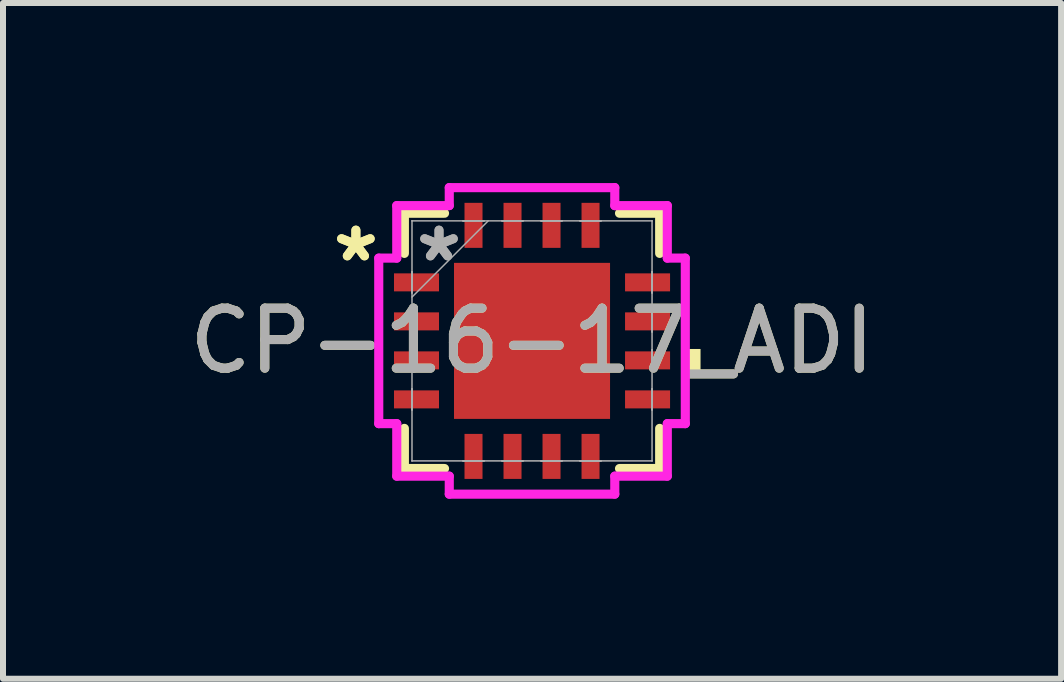
<source format=kicad_pcb>
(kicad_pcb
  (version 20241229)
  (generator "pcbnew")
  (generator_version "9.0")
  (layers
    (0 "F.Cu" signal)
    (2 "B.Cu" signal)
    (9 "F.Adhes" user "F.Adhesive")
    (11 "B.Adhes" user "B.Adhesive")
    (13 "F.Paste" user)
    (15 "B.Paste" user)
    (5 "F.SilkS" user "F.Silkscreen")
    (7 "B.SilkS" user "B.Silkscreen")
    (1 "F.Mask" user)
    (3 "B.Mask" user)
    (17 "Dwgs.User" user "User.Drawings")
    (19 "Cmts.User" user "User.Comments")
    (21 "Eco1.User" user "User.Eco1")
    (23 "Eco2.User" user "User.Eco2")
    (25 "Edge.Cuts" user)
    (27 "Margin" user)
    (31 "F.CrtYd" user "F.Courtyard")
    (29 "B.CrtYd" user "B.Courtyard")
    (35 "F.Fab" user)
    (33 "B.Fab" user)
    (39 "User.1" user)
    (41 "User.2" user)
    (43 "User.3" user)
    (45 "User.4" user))
  (footprint "CP-16-17_ADI"
    (layer "F.Cu")
    (at 5.815 2.63)
    (property "Reference" "CP-16-17_ADI" (at 0 0 0) (unlocked yes) (layer "F.SilkS") (effects (font (size 1 1) (thickness 0.15))))
    (attr smd)
    (fp_line (start -2.127 -2.127) (end -2.127 -1.458) (stroke (width 0.152) (type solid)) (layer "F.SilkS"))
    (fp_line (start -2.127 1.458) (end -2.127 2.127) (stroke (width 0.152) (type solid)) (layer "F.SilkS"))
    (fp_line (start -2.127 2.127) (end -1.458 2.127) (stroke (width 0.152) (type solid)) (layer "F.SilkS"))
    (fp_line (start -1.458 -2.127) (end -2.127 -2.127) (stroke (width 0.152) (type solid)) (layer "F.SilkS"))
    (fp_line (start 1.458 2.127) (end 2.127 2.127) (stroke (width 0.152) (type solid)) (layer "F.SilkS"))
    (fp_line (start 2.127 -2.127) (end 1.458 -2.127) (stroke (width 0.152) (type solid)) (layer "F.SilkS"))
    (fp_line (start 2.127 -1.458) (end 2.127 -2.127) (stroke (width 0.152) (type solid)) (layer "F.SilkS"))
    (fp_line (start 2.127 2.127) (end 2.127 1.458) (stroke (width 0.152) (type solid)) (layer "F.SilkS"))
    (fp_poly (pts (xy 2.808 0.135) (xy 2.808 0.516) (xy 2.554 0.516) (xy 2.554 0.135)) (stroke (width 0) (type solid)) (fill yes) (layer "F.SilkS"))
    (fp_poly (pts (xy -1.2 -1.2) (xy -1.2 -0.1) (xy -0.1 -0.1) (xy -0.1 -1.2)) (stroke (width 0) (type solid)) (fill yes) (layer "F.Paste"))
    (fp_poly (pts (xy -1.2 0.1) (xy -1.2 1.2) (xy -0.1 1.2) (xy -0.1 0.1)) (stroke (width 0) (type solid)) (fill yes) (layer "F.Paste"))
    (fp_poly (pts (xy 0.1 -1.2) (xy 0.1 -0.1) (xy 1.2 -0.1) (xy 1.2 -1.2)) (stroke (width 0) (type solid)) (fill yes) (layer "F.Paste"))
    (fp_poly (pts (xy 0.1 0.1) (xy 0.1 1.2) (xy 1.2 1.2) (xy 1.2 0.1)) (stroke (width 0) (type solid)) (fill yes) (layer "F.Paste"))
    (fp_line (start -2.554 -1.379) (end -2.254 -1.379) (stroke (width 0.152) (type solid)) (layer "F.CrtYd"))
    (fp_line (start -2.554 1.379) (end -2.554 -1.379) (stroke (width 0.152) (type solid)) (layer "F.CrtYd"))
    (fp_line (start -2.254 -2.254) (end -1.379 -2.254) (stroke (width 0.152) (type solid)) (layer "F.CrtYd"))
    (fp_line (start -2.254 -1.379) (end -2.254 -2.254) (stroke (width 0.152) (type solid)) (layer "F.CrtYd"))
    (fp_line (start -2.254 1.379) (end -2.554 1.379) (stroke (width 0.152) (type solid)) (layer "F.CrtYd"))
    (fp_line (start -2.254 2.254) (end -2.254 1.379) (stroke (width 0.152) (type solid)) (layer "F.CrtYd"))
    (fp_line (start -1.379 -2.554) (end 1.379 -2.554) (stroke (width 0.152) (type solid)) (layer "F.CrtYd"))
    (fp_line (start -1.379 -2.254) (end -1.379 -2.554) (stroke (width 0.152) (type solid)) (layer "F.CrtYd"))
    (fp_line (start -1.379 2.254) (end -2.254 2.254) (stroke (width 0.152) (type solid)) (layer "F.CrtYd"))
    (fp_line (start -1.379 2.554) (end -1.379 2.254) (stroke (width 0.152) (type solid)) (layer "F.CrtYd"))
    (fp_line (start 1.379 -2.554) (end 1.379 -2.254) (stroke (width 0.152) (type solid)) (layer "F.CrtYd"))
    (fp_line (start 1.379 -2.254) (end 2.254 -2.254) (stroke (width 0.152) (type solid)) (layer "F.CrtYd"))
    (fp_line (start 1.379 2.254) (end 1.379 2.554) (stroke (width 0.152) (type solid)) (layer "F.CrtYd"))
    (fp_line (start 1.379 2.554) (end -1.379 2.554) (stroke (width 0.152) (type solid)) (layer "F.CrtYd"))
    (fp_line (start 2.254 -2.254) (end 2.254 -1.379) (stroke (width 0.152) (type solid)) (layer "F.CrtYd"))
    (fp_line (start 2.254 -1.379) (end 2.554 -1.379) (stroke (width 0.152) (type solid)) (layer "F.CrtYd"))
    (fp_line (start 2.254 1.379) (end 2.254 2.254) (stroke (width 0.152) (type solid)) (layer "F.CrtYd"))
    (fp_line (start 2.254 2.254) (end 1.379 2.254) (stroke (width 0.152) (type solid)) (layer "F.CrtYd"))
    (fp_line (start 2.554 -1.379) (end 2.554 1.379) (stroke (width 0.152) (type solid)) (layer "F.CrtYd"))
    (fp_line (start 2.554 1.379) (end 2.254 1.379) (stroke (width 0.152) (type solid)) (layer "F.CrtYd"))
    (fp_line (start -2 -2) (end -2 -2) (stroke (width 0.025) (type solid)) (layer "F.Fab"))
    (fp_line (start -2 -2) (end -2 2) (stroke (width 0.025) (type solid)) (layer "F.Fab"))
    (fp_line (start -2 -1.15) (end -2 -1.15) (stroke (width 0.025) (type solid)) (layer "F.Fab"))
    (fp_line (start -2 -1.15) (end -2 -0.8) (stroke (width 0.025) (type solid)) (layer "F.Fab"))
    (fp_line (start -2 -0.8) (end -2 -1.15) (stroke (width 0.025) (type solid)) (layer "F.Fab"))
    (fp_line (start -2 -0.8) (end -2 -0.8) (stroke (width 0.025) (type solid)) (layer "F.Fab"))
    (fp_line (start -2 -0.73) (end -0.73 -2) (stroke (width 0.025) (type solid)) (layer "F.Fab"))
    (fp_line (start -2 -0.5) (end -2 -0.5) (stroke (width 0.025) (type solid)) (layer "F.Fab"))
    (fp_line (start -2 -0.5) (end -2 -0.15) (stroke (width 0.025) (type solid)) (layer "F.Fab"))
    (fp_line (start -2 -0.15) (end -2 -0.5) (stroke (width 0.025) (type solid)) (layer "F.Fab"))
    (fp_line (start -2 -0.15) (end -2 -0.15) (stroke (width 0.025) (type solid)) (layer "F.Fab"))
    (fp_line (start -2 0.15) (end -2 0.15) (stroke (width 0.025) (type solid)) (layer "F.Fab"))
    (fp_line (start -2 0.15) (end -2 0.5) (stroke (width 0.025) (type solid)) (layer "F.Fab"))
    (fp_line (start -2 0.5) (end -2 0.15) (stroke (width 0.025) (type solid)) (layer "F.Fab"))
    (fp_line (start -2 0.5) (end -2 0.5) (stroke (width 0.025) (type solid)) (layer "F.Fab"))
    (fp_line (start -2 0.8) (end -2 0.8) (stroke (width 0.025) (type solid)) (layer "F.Fab"))
    (fp_line (start -2 0.8) (end -2 1.15) (stroke (width 0.025) (type solid)) (layer "F.Fab"))
    (fp_line (start -2 1.15) (end -2 0.8) (stroke (width 0.025) (type solid)) (layer "F.Fab"))
    (fp_line (start -2 1.15) (end -2 1.15) (stroke (width 0.025) (type solid)) (layer "F.Fab"))
    (fp_line (start -2 2) (end -2 2) (stroke (width 0.025) (type solid)) (layer "F.Fab"))
    (fp_line (start -2 2) (end 2 2) (stroke (width 0.025) (type solid)) (layer "F.Fab"))
    (fp_line (start -1.15 -2) (end -1.15 -2) (stroke (width 0.025) (type solid)) (layer "F.Fab"))
    (fp_line (start -1.15 -2) (end -0.8 -2) (stroke (width 0.025) (type solid)) (layer "F.Fab"))
    (fp_line (start -1.15 2) (end -1.15 2) (stroke (width 0.025) (type solid)) (layer "F.Fab"))
    (fp_line (start -1.15 2) (end -0.8 2) (stroke (width 0.025) (type solid)) (layer "F.Fab"))
    (fp_line (start -0.8 -2) (end -1.15 -2) (stroke (width 0.025) (type solid)) (layer "F.Fab"))
    (fp_line (start -0.8 -2) (end -0.8 -2) (stroke (width 0.025) (type solid)) (layer "F.Fab"))
    (fp_line (start -0.8 2) (end -1.15 2) (stroke (width 0.025) (type solid)) (layer "F.Fab"))
    (fp_line (start -0.8 2) (end -0.8 2) (stroke (width 0.025) (type solid)) (layer "F.Fab"))
    (fp_line (start -0.5 -2) (end -0.5 -2) (stroke (width 0.025) (type solid)) (layer "F.Fab"))
    (fp_line (start -0.5 -2) (end -0.15 -2) (stroke (width 0.025) (type solid)) (layer "F.Fab"))
    (fp_line (start -0.5 2) (end -0.5 2) (stroke (width 0.025) (type solid)) (layer "F.Fab"))
    (fp_line (start -0.5 2) (end -0.15 2) (stroke (width 0.025) (type solid)) (layer "F.Fab"))
    (fp_line (start -0.15 -2) (end -0.5 -2) (stroke (width 0.025) (type solid)) (layer "F.Fab"))
    (fp_line (start -0.15 -2) (end -0.15 -2) (stroke (width 0.025) (type solid)) (layer "F.Fab"))
    (fp_line (start -0.15 2) (end -0.5 2) (stroke (width 0.025) (type solid)) (layer "F.Fab"))
    (fp_line (start -0.15 2) (end -0.15 2) (stroke (width 0.025) (type solid)) (layer "F.Fab"))
    (fp_line (start 0.15 -2) (end 0.15 -2) (stroke (width 0.025) (type solid)) (layer "F.Fab"))
    (fp_line (start 0.15 -2) (end 0.5 -2) (stroke (width 0.025) (type solid)) (layer "F.Fab"))
    (fp_line (start 0.15 2) (end 0.15 2) (stroke (width 0.025) (type solid)) (layer "F.Fab"))
    (fp_line (start 0.15 2) (end 0.5 2) (stroke (width 0.025) (type solid)) (layer "F.Fab"))
    (fp_line (start 0.5 -2) (end 0.15 -2) (stroke (width 0.025) (type solid)) (layer "F.Fab"))
    (fp_line (start 0.5 -2) (end 0.5 -2) (stroke (width 0.025) (type solid)) (layer "F.Fab"))
    (fp_line (start 0.5 2) (end 0.15 2) (stroke (width 0.025) (type solid)) (layer "F.Fab"))
    (fp_line (start 0.5 2) (end 0.5 2) (stroke (width 0.025) (type solid)) (layer "F.Fab"))
    (fp_line (start 0.8 -2) (end 0.8 -2) (stroke (width 0.025) (type solid)) (layer "F.Fab"))
    (fp_line (start 0.8 -2) (end 1.15 -2) (stroke (width 0.025) (type solid)) (layer "F.Fab"))
    (fp_line (start 0.8 2) (end 0.8 2) (stroke (width 0.025) (type solid)) (layer "F.Fab"))
    (fp_line (start 0.8 2) (end 1.15 2) (stroke (width 0.025) (type solid)) (layer "F.Fab"))
    (fp_line (start 1.15 -2) (end 0.8 -2) (stroke (width 0.025) (type solid)) (layer "F.Fab"))
    (fp_line (start 1.15 -2) (end 1.15 -2) (stroke (width 0.025) (type solid)) (layer "F.Fab"))
    (fp_line (start 1.15 2) (end 0.8 2) (stroke (width 0.025) (type solid)) (layer "F.Fab"))
    (fp_line (start 1.15 2) (end 1.15 2) (stroke (width 0.025) (type solid)) (layer "F.Fab"))
    (fp_line (start 2 -2) (end -2 -2) (stroke (width 0.025) (type solid)) (layer "F.Fab"))
    (fp_line (start 2 -2) (end 2 -2) (stroke (width 0.025) (type solid)) (layer "F.Fab"))
    (fp_line (start 2 -1.15) (end 2 -1.15) (stroke (width 0.025) (type solid)) (layer "F.Fab"))
    (fp_line (start 2 -1.15) (end 2 -0.8) (stroke (width 0.025) (type solid)) (layer "F.Fab"))
    (fp_line (start 2 -0.8) (end 2 -1.15) (stroke (width 0.025) (type solid)) (layer "F.Fab"))
    (fp_line (start 2 -0.8) (end 2 -0.8) (stroke (width 0.025) (type solid)) (layer "F.Fab"))
    (fp_line (start 2 -0.5) (end 2 -0.5) (stroke (width 0.025) (type solid)) (layer "F.Fab"))
    (fp_line (start 2 -0.5) (end 2 -0.15) (stroke (width 0.025) (type solid)) (layer "F.Fab"))
    (fp_line (start 2 -0.15) (end 2 -0.5) (stroke (width 0.025) (type solid)) (layer "F.Fab"))
    (fp_line (start 2 -0.15) (end 2 -0.15) (stroke (width 0.025) (type solid)) (layer "F.Fab"))
    (fp_line (start 2 0.15) (end 2 0.15) (stroke (width 0.025) (type solid)) (layer "F.Fab"))
    (fp_line (start 2 0.15) (end 2 0.5) (stroke (width 0.025) (type solid)) (layer "F.Fab"))
    (fp_line (start 2 0.5) (end 2 0.15) (stroke (width 0.025) (type solid)) (layer "F.Fab"))
    (fp_line (start 2 0.5) (end 2 0.5) (stroke (width 0.025) (type solid)) (layer "F.Fab"))
    (fp_line (start 2 0.8) (end 2 0.8) (stroke (width 0.025) (type solid)) (layer "F.Fab"))
    (fp_line (start 2 0.8) (end 2 1.15) (stroke (width 0.025) (type solid)) (layer "F.Fab"))
    (fp_line (start 2 1.15) (end 2 0.8) (stroke (width 0.025) (type solid)) (layer "F.Fab"))
    (fp_line (start 2 1.15) (end 2 1.15) (stroke (width 0.025) (type solid)) (layer "F.Fab"))
    (fp_line (start 2 2) (end 2 -2) (stroke (width 0.025) (type solid)) (layer "F.Fab"))
    (fp_line (start 2 2) (end 2 2) (stroke (width 0.025) (type solid)) (layer "F.Fab"))
    (fp_text user "*" (at -2.935 -1.3 0) (unlocked yes) (layer "F.SilkS") (effects (font (size 1 1) (thickness 0.15))))
    (fp_text user "*" (at -2.935 -1.3 0) (layer "F.SilkS") (effects (font (size 1 1) (thickness 0.15))))
    (fp_text user "${REFERENCE}" (at 0 0 0) (unlocked yes) (layer "F.Fab") (effects (font (size 1 1) (thickness 0.15))))
    (fp_text user "*" (at -1.55 -1.3 0) (layer "F.Fab") (effects (font (size 1 1) (thickness 0.15))))
    (fp_text user "*" (at -1.55 -1.3 0) (unlocked yes) (layer "F.Fab") (effects (font (size 1 1) (thickness 0.15))))
    (pad "1" smd rect (at -1.925 -0.975 90) (size 0.3 0.75) (layers "F.Cu" "F.Mask" "F.Paste"))
    (pad "2" smd rect (at -1.925 -0.325 90) (size 0.3 0.75) (layers "F.Cu" "F.Mask" "F.Paste"))
    (pad "3" smd rect (at -1.925 0.325 90) (size 0.3 0.75) (layers "F.Cu" "F.Mask" "F.Paste"))
    (pad "4" smd rect (at -1.925 0.975 90) (size 0.3 0.75) (layers "F.Cu" "F.Mask" "F.Paste"))
    (pad "5" smd rect (at -0.975 1.925) (size 0.3 0.75) (layers "F.Cu" "F.Mask" "F.Paste"))
    (pad "6" smd rect (at -0.325 1.925) (size 0.3 0.75) (layers "F.Cu" "F.Mask" "F.Paste"))
    (pad "7" smd rect (at 0.325 1.925) (size 0.3 0.75) (layers "F.Cu" "F.Mask" "F.Paste"))
    (pad "8" smd rect (at 0.975 1.925) (size 0.3 0.75) (layers "F.Cu" "F.Mask" "F.Paste"))
    (pad "9" smd rect (at 1.925 0.975 90) (size 0.3 0.75) (layers "F.Cu" "F.Mask" "F.Paste"))
    (pad "10" smd rect (at 1.925 0.325 90) (size 0.3 0.75) (layers "F.Cu" "F.Mask" "F.Paste"))
    (pad "11" smd rect (at 1.925 -0.325 90) (size 0.3 0.75) (layers "F.Cu" "F.Mask" "F.Paste"))
    (pad "12" smd rect (at 1.925 -0.975 90) (size 0.3 0.75) (layers "F.Cu" "F.Mask" "F.Paste"))
    (pad "13" smd rect (at 0.975 -1.925) (size 0.3 0.75) (layers "F.Cu" "F.Mask" "F.Paste"))
    (pad "14" smd rect (at 0.325 -1.925) (size 0.3 0.75) (layers "F.Cu" "F.Mask" "F.Paste"))
    (pad "15" smd rect (at -0.325 -1.925) (size 0.3 0.75) (layers "F.Cu" "F.Mask" "F.Paste"))
    (pad "16" smd rect (at -0.975 -1.925) (size 0.3 0.75) (layers "F.Cu" "F.Mask" "F.Paste"))
    (pad "17" smd rect (at 0 0) (size 2.6 2.6) (layers "F.Cu" "F.Mask" "F.Paste")))
  (gr_rect
    (start -3 -3)
    (end 14.631 8.26)
    (stroke (width 0.1) (type default))
    (fill no)
    (layer "Edge.Cuts")))
</source>
